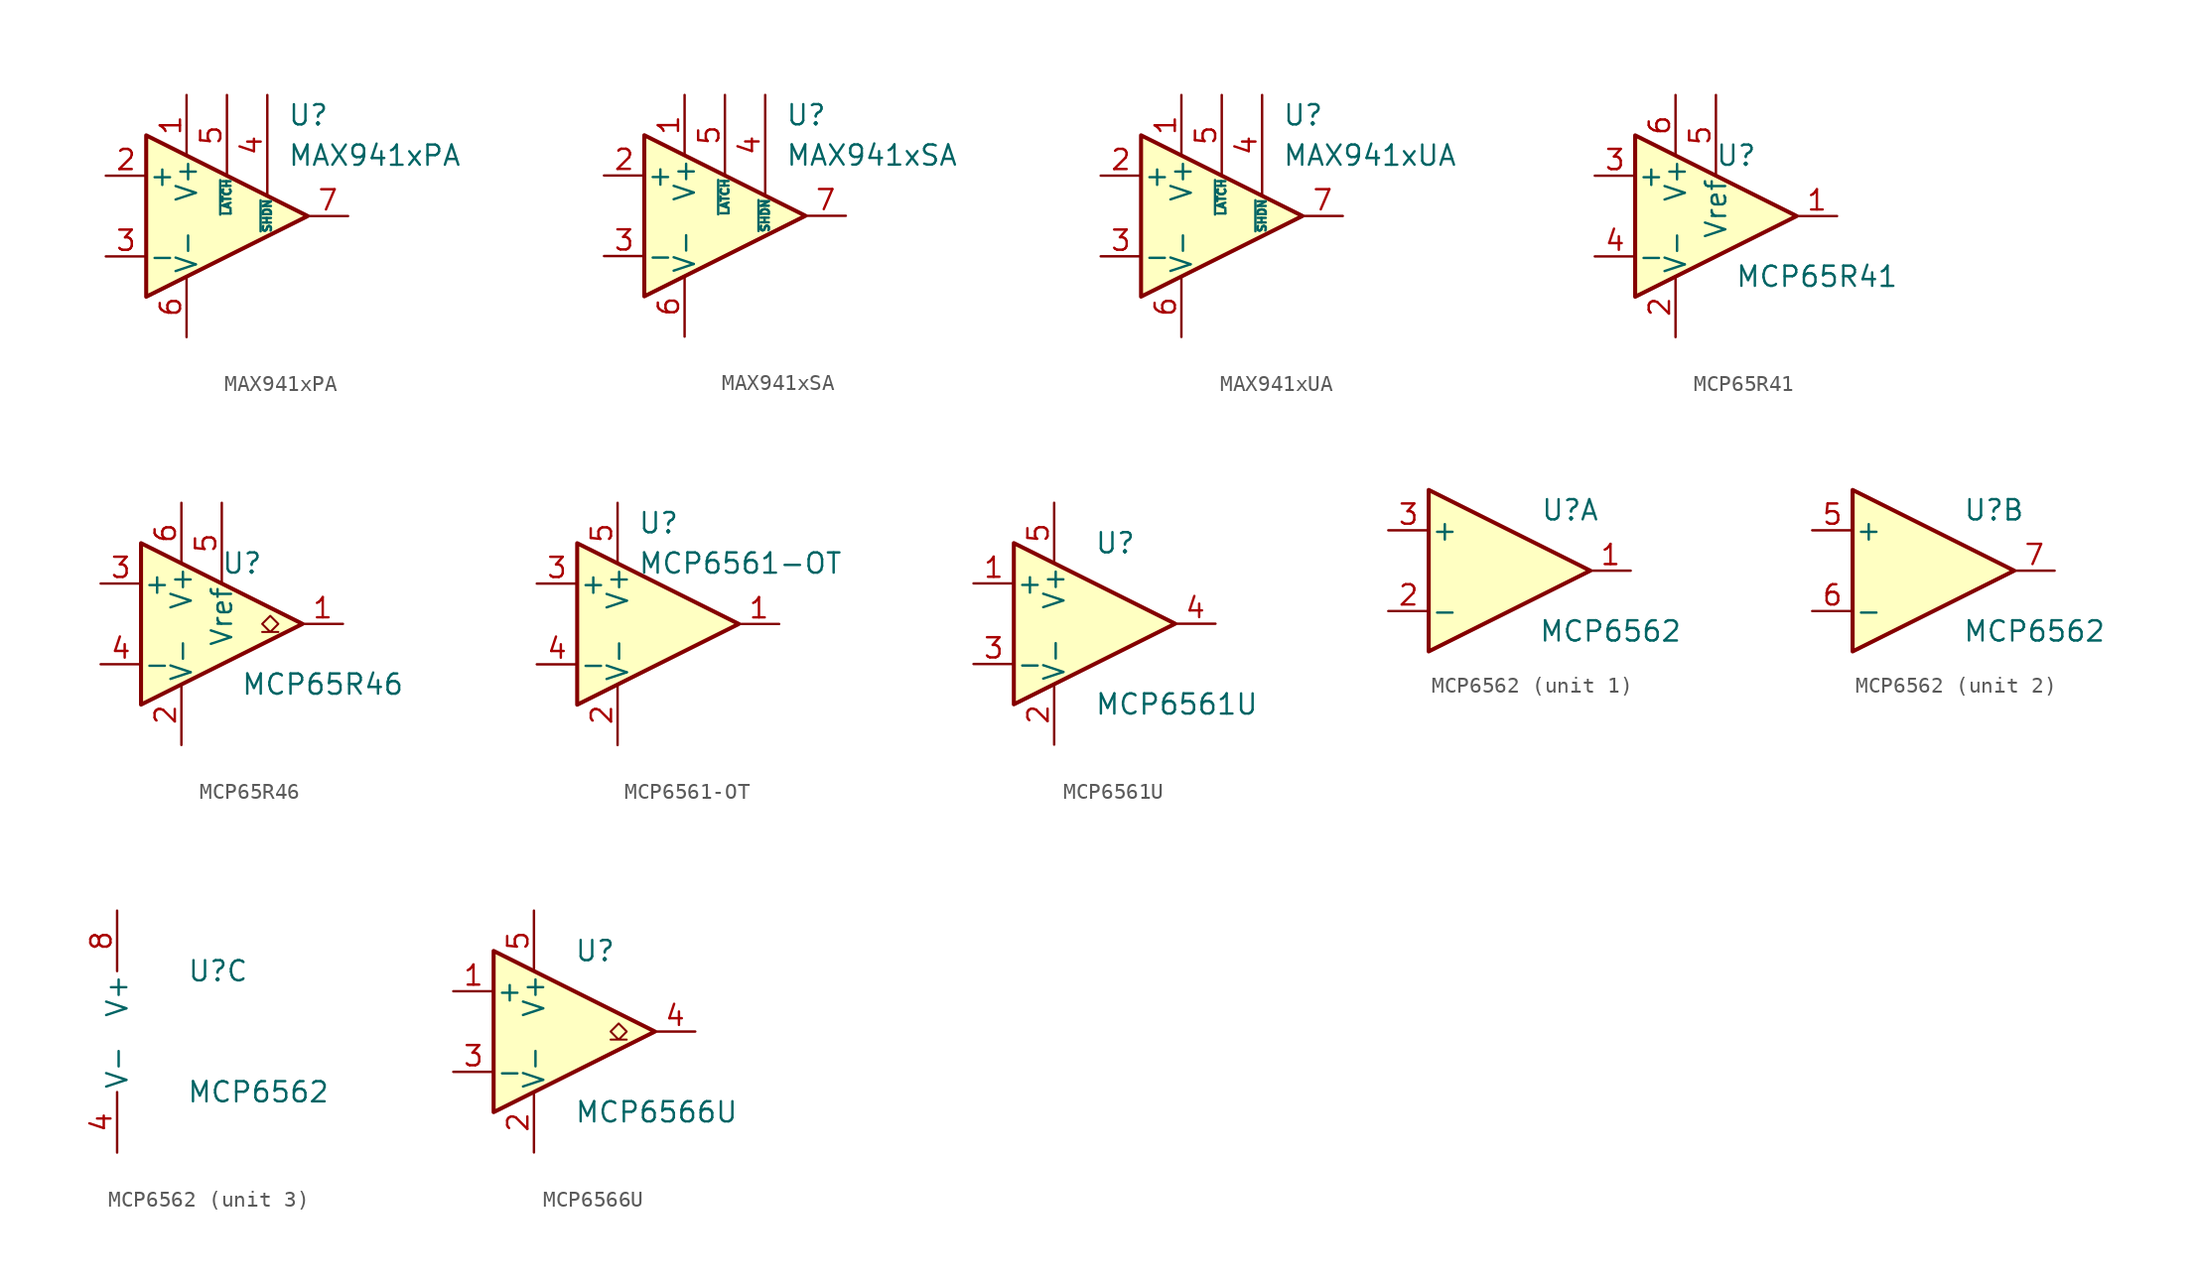
<source format=kicad_sym>
(kicad_symbol_lib
  (version 20241209)
  (generator "kicad_symbol_editor")
  (generator_version "9.0")
  (symbol "MAX941xPA"
    (pin_names
      (offset 0.127))
    (property "Reference" "U"
      (at 3.81 6.35 0)
      (effects (font (size 1.27 1.27)) (justify left)))
    (property "Value" "MAX941xPA"
      (at 3.81 3.81 0)
      (effects (font (size 1.27 1.27)) (justify left)))
    (symbol "MAX941xPA_0_1"
      (polyline (pts (xy -5.08 5.08) (xy -5.08 -5.08) (xy 5.08 0) (xy -5.08 5.08)) (stroke (width 0.254) (type default)) (fill (type background))))
    (symbol "MAX941xPA_1_1"
      (pin input line (at -7.62 2.54 0) (length 2.54) (name "+" (effects (font (size 1.27 1.27)))) (number "2" (effects (font (size 1.27 1.27)))))
      (pin input line (at -7.62 -2.54 0) (length 2.54) (name "-" (effects (font (size 1.27 1.27)))) (number "3" (effects (font (size 1.27 1.27)))))
      (pin power_in line (at -2.54 7.62 270) (length 3.81) (name "V+" (effects (font (size 1.27 1.27)))) (number "1" (effects (font (size 1.27 1.27)))))
      (pin power_in line (at -2.54 -7.62 90) (length 3.81) (name "V-" (effects (font (size 1.27 1.27)))) (number "6" (effects (font (size 1.27 1.27)))))
      (pin input line (at 0 7.62 270) (length 5.08) (name "~{LATCH}" (effects (font (size 0.508 0.508)))) (number "5" (effects (font (size 1.27 1.27)))))
      (pin no_connect line (at 0 -2.54 90) (length 2.54) (hide yes) (name "NC" (effects (font (size 0.508 0.508)))) (number "8" (effects (font (size 1.27 1.27)))))
      (pin input line (at 2.54 7.62 270) (length 6.35) (name "~{SHDN}" (effects (font (size 0.508 0.508)))) (number "4" (effects (font (size 1.27 1.27)))))
      (pin output line (at 7.62 0 180) (length 2.54) (name "~" (effects (font (size 1.27 1.27)))) (number "7" (effects (font (size 1.27 1.27)))))))
  (symbol "MAX941xSA"
    (pin_names
      (offset 0.127))
    (property "Reference" "U"
      (at 3.81 6.35 0)
      (effects (font (size 1.27 1.27)) (justify left)))
    (property "Value" "MAX941xSA"
      (at 3.81 3.81 0)
      (effects (font (size 1.27 1.27)) (justify left)))
    (symbol "MAX941xSA_0_1"
      (polyline (pts (xy -5.08 5.08) (xy -5.08 -5.08) (xy 5.08 0) (xy -5.08 5.08)) (stroke (width 0.254) (type default)) (fill (type background))))
    (symbol "MAX941xSA_1_1"
      (pin input line (at -7.62 2.54 0) (length 2.54) (name "+" (effects (font (size 1.27 1.27)))) (number "2" (effects (font (size 1.27 1.27)))))
      (pin input line (at -7.62 -2.54 0) (length 2.54) (name "-" (effects (font (size 1.27 1.27)))) (number "3" (effects (font (size 1.27 1.27)))))
      (pin power_in line (at -2.54 7.62 270) (length 3.81) (name "V+" (effects (font (size 1.27 1.27)))) (number "1" (effects (font (size 1.27 1.27)))))
      (pin power_in line (at -2.54 -7.62 90) (length 3.81) (name "V-" (effects (font (size 1.27 1.27)))) (number "6" (effects (font (size 1.27 1.27)))))
      (pin input line (at 0 7.62 270) (length 5.08) (name "~{LATCH}" (effects (font (size 0.508 0.508)))) (number "5" (effects (font (size 1.27 1.27)))))
      (pin no_connect line (at 0 -2.54 90) (length 2.54) (hide yes) (name "NC" (effects (font (size 0.508 0.508)))) (number "8" (effects (font (size 1.27 1.27)))))
      (pin input line (at 2.54 7.62 270) (length 6.35) (name "~{SHDN}" (effects (font (size 0.508 0.508)))) (number "4" (effects (font (size 1.27 1.27)))))
      (pin output line (at 7.62 0 180) (length 2.54) (name "~" (effects (font (size 1.27 1.27)))) (number "7" (effects (font (size 1.27 1.27)))))))
  (symbol "MAX941xUA"
    (pin_names
      (offset 0.127))
    (property "Reference" "U"
      (at 3.81 6.35 0)
      (effects (font (size 1.27 1.27)) (justify left)))
    (property "Value" "MAX941xUA"
      (at 3.81 3.81 0)
      (effects (font (size 1.27 1.27)) (justify left)))
    (symbol "MAX941xUA_0_1"
      (polyline (pts (xy -5.08 5.08) (xy -5.08 -5.08) (xy 5.08 0) (xy -5.08 5.08)) (stroke (width 0.254) (type default)) (fill (type background))))
    (symbol "MAX941xUA_1_1"
      (pin input line (at -7.62 2.54 0) (length 2.54) (name "+" (effects (font (size 1.27 1.27)))) (number "2" (effects (font (size 1.27 1.27)))))
      (pin input line (at -7.62 -2.54 0) (length 2.54) (name "-" (effects (font (size 1.27 1.27)))) (number "3" (effects (font (size 1.27 1.27)))))
      (pin power_in line (at -2.54 7.62 270) (length 3.81) (name "V+" (effects (font (size 1.27 1.27)))) (number "1" (effects (font (size 1.27 1.27)))))
      (pin power_in line (at -2.54 -7.62 90) (length 3.81) (name "V-" (effects (font (size 1.27 1.27)))) (number "6" (effects (font (size 1.27 1.27)))))
      (pin input line (at 0 7.62 270) (length 5.08) (name "~{LATCH}" (effects (font (size 0.508 0.508)))) (number "5" (effects (font (size 1.27 1.27)))))
      (pin no_connect line (at 0 -2.54 90) (length 2.54) (hide yes) (name "NC" (effects (font (size 0.508 0.508)))) (number "8" (effects (font (size 1.27 1.27)))))
      (pin input line (at 2.54 7.62 270) (length 6.35) (name "~{SHDN}" (effects (font (size 0.508 0.508)))) (number "4" (effects (font (size 1.27 1.27)))))
      (pin output line (at 7.62 0 180) (length 2.54) (name "~" (effects (font (size 1.27 1.27)))) (number "7" (effects (font (size 1.27 1.27)))))))
  (symbol "MCP65R41"
    (pin_names
      (offset 0.127))
    (property "Reference" "U"
      (at 1.27 3.81 0)
      (effects (font (size 1.27 1.27))))
    (property "Value" "MCP65R41"
      (at 6.35 -3.81 0)
      (effects (font (size 1.27 1.27))))
    (symbol "MCP65R41_0_1"
      (polyline (pts (xy -5.08 5.08) (xy -5.08 -5.08) (xy 5.08 0) (xy -5.08 5.08)) (stroke (width 0.254) (type default)) (fill (type background))))
    (symbol "MCP65R41_1_1"
      (pin input line (at -7.62 2.54 0) (length 2.54) (name "+" (effects (font (size 1.27 1.27)))) (number "3" (effects (font (size 1.27 1.27)))))
      (pin input line (at -7.62 -2.54 0) (length 2.54) (name "-" (effects (font (size 1.27 1.27)))) (number "4" (effects (font (size 1.27 1.27)))))
      (pin power_in line (at -2.54 7.62 270) (length 3.81) (name "V+" (effects (font (size 1.27 1.27)))) (number "6" (effects (font (size 1.27 1.27)))))
      (pin power_in line (at -2.54 -7.62 90) (length 3.81) (name "V-" (effects (font (size 1.27 1.27)))) (number "2" (effects (font (size 1.27 1.27)))))
      (pin power_out line (at 0 7.62 270) (length 5.08) (name "Vref" (effects (font (size 1.27 1.27)))) (number "5" (effects (font (size 1.27 1.27)))))
      (pin output line (at 7.62 0 180) (length 2.54) (name "~" (effects (font (size 1.27 1.27)))) (number "1" (effects (font (size 1.27 1.27)))))))
  (symbol "MCP65R46"
    (pin_names
      (offset 0.127))
    (property "Reference" "U"
      (at 1.27 3.81 0)
      (effects (font (size 1.27 1.27))))
    (property "Value" "MCP65R46"
      (at 6.35 -3.81 0)
      (effects (font (size 1.27 1.27))))
    (symbol "MCP65R46_0_1"
      (polyline (pts (xy 3.556 -0.508) (xy 3.048 -0.508) (xy 3.556 0) (xy 3.048 0.508) (xy 2.54 0) (xy 3.048 -0.508) (xy 2.54 -0.508)) (stroke (width 0.127) (type default)) (fill (type none))))
    (symbol "MCP65R46_1_1"
      (polyline (pts (xy -5.08 5.08) (xy -5.08 -5.08) (xy 5.08 0) (xy -5.08 5.08)) (stroke (width 0.254) (type default)) (fill (type background)))
      (pin input line (at -7.62 2.54 0) (length 2.54) (name "+" (effects (font (size 1.27 1.27)))) (number "3" (effects (font (size 1.27 1.27)))))
      (pin input line (at -7.62 -2.54 0) (length 2.54) (name "-" (effects (font (size 1.27 1.27)))) (number "4" (effects (font (size 1.27 1.27)))))
      (pin power_in line (at -2.54 7.62 270) (length 3.81) (name "V+" (effects (font (size 1.27 1.27)))) (number "6" (effects (font (size 1.27 1.27)))))
      (pin power_in line (at -2.54 -7.62 90) (length 3.81) (name "V-" (effects (font (size 1.27 1.27)))) (number "2" (effects (font (size 1.27 1.27)))))
      (pin power_out line (at 0 7.62 270) (length 5.08) (name "Vref" (effects (font (size 1.27 1.27)))) (number "5" (effects (font (size 1.27 1.27)))))
      (pin open_collector line (at 7.62 0 180) (length 2.54) (name "~" (effects (font (size 1.27 1.27)))) (number "1" (effects (font (size 1.27 1.27)))))))
  (symbol "MCP6561-OT"
    (pin_names
      (offset 0.127))
    (property "Reference" "U"
      (at -1.27 6.35 0)
      (effects (font (size 1.27 1.27)) (justify left)))
    (property "Value" "MCP6561-OT"
      (at -1.27 3.81 0)
      (effects (font (size 1.27 1.27)) (justify left)))
    (symbol "MCP6561-OT_0_1"
      (polyline (pts (xy -5.08 5.08) (xy 5.08 0) (xy -5.08 -5.08) (xy -5.08 5.08)) (stroke (width 0.254) (type default)) (fill (type background)))
      (pin power_in line (at -2.54 7.62 270) (length 3.81) (name "V+" (effects (font (size 1.27 1.27)))) (number "5" (effects (font (size 1.27 1.27)))))
      (pin power_in line (at -2.54 -7.62 90) (length 3.81) (name "V-" (effects (font (size 1.27 1.27)))) (number "2" (effects (font (size 1.27 1.27))))))
    (symbol "MCP6561-OT_1_1"
      (pin input line (at -7.62 2.54 0) (length 2.54) (name "+" (effects (font (size 1.27 1.27)))) (number "3" (effects (font (size 1.27 1.27)))))
      (pin input line (at -7.62 -2.54 0) (length 2.54) (name "-" (effects (font (size 1.27 1.27)))) (number "4" (effects (font (size 1.27 1.27)))))
      (pin output line (at 7.62 0 180) (length 2.54) (name "~" (effects (font (size 1.27 1.27)))) (number "1" (effects (font (size 1.27 1.27)))))))
  (symbol "MCP6561U"
    (pin_names
      (offset 0.127))
    (property "Reference" "U"
      (at 0 5.08 0)
      (effects (font (size 1.27 1.27)) (justify left)))
    (property "Value" "MCP6561U"
      (at 0 -5.08 0)
      (effects (font (size 1.27 1.27)) (justify left)))
    (symbol "MCP6561U_0_1"
      (polyline (pts (xy -5.08 5.08) (xy 5.08 0) (xy -5.08 -5.08) (xy -5.08 5.08)) (stroke (width 0.254) (type default)) (fill (type background)))
      (pin power_in line (at -2.54 7.62 270) (length 3.81) (name "V+" (effects (font (size 1.27 1.27)))) (number "5" (effects (font (size 1.27 1.27)))))
      (pin power_in line (at -2.54 -7.62 90) (length 3.81) (name "V-" (effects (font (size 1.27 1.27)))) (number "2" (effects (font (size 1.27 1.27))))))
    (symbol "MCP6561U_1_1"
      (pin input line (at -7.62 2.54 0) (length 2.54) (name "+" (effects (font (size 1.27 1.27)))) (number "1" (effects (font (size 1.27 1.27)))))
      (pin input line (at -7.62 -2.54 0) (length 2.54) (name "-" (effects (font (size 1.27 1.27)))) (number "3" (effects (font (size 1.27 1.27)))))
      (pin output line (at 7.62 0 180) (length 2.54) (name "~" (effects (font (size 1.27 1.27)))) (number "4" (effects (font (size 1.27 1.27)))))))
  (symbol "MCP6562"
    (pin_names
      (offset 0.127))
    (property "Reference" "U"
      (at 3.81 3.81 0)
      (effects (font (size 1.27 1.27))))
    (property "Value" "MCP6562"
      (at 6.35 -3.81 0)
      (effects (font (size 1.27 1.27))))
    (property "ki_locked" ""
      (at 0 0 0)
      (effects (font (size 1.27 1.27))))
    (symbol "MCP6562_1_1"
      (polyline (pts (xy -5.08 5.08) (xy 5.08 0) (xy -5.08 -5.08) (xy -5.08 5.08)) (stroke (width 0.254) (type default)) (fill (type background)))
      (pin input line (at -7.62 2.54 0) (length 2.54) (name "+" (effects (font (size 1.27 1.27)))) (number "3" (effects (font (size 1.27 1.27)))))
      (pin input line (at -7.62 -2.54 0) (length 2.54) (name "-" (effects (font (size 1.27 1.27)))) (number "2" (effects (font (size 1.27 1.27)))))
      (pin output line (at 7.62 0 180) (length 2.54) (name "~" (effects (font (size 1.27 1.27)))) (number "1" (effects (font (size 1.27 1.27))))))
    (symbol "MCP6562_2_1"
      (polyline (pts (xy -5.08 5.08) (xy 5.08 0) (xy -5.08 -5.08) (xy -5.08 5.08)) (stroke (width 0.254) (type default)) (fill (type background)))
      (pin input line (at -7.62 2.54 0) (length 2.54) (name "+" (effects (font (size 1.27 1.27)))) (number "5" (effects (font (size 1.27 1.27)))))
      (pin input line (at -7.62 -2.54 0) (length 2.54) (name "-" (effects (font (size 1.27 1.27)))) (number "6" (effects (font (size 1.27 1.27)))))
      (pin output line (at 7.62 0 180) (length 2.54) (name "~" (effects (font (size 1.27 1.27)))) (number "7" (effects (font (size 1.27 1.27))))))
    (symbol "MCP6562_3_1"
      (pin power_in line (at -2.54 7.62 270) (length 3.81) (name "V+" (effects (font (size 1.27 1.27)))) (number "8" (effects (font (size 1.27 1.27)))))
      (pin power_in line (at -2.54 -7.62 90) (length 3.81) (name "V-" (effects (font (size 1.27 1.27)))) (number "4" (effects (font (size 1.27 1.27)))))))
  (symbol "MCP6566U"
    (pin_names
      (offset 0.127))
    (property "Reference" "U"
      (at 0 5.08 0)
      (effects (font (size 1.27 1.27)) (justify left)))
    (property "Value" "MCP6566U"
      (at 0 -5.08 0)
      (effects (font (size 1.27 1.27)) (justify left)))
    (symbol "MCP6566U_0_1"
      (polyline (pts (xy -5.08 5.08) (xy 5.08 0) (xy -5.08 -5.08) (xy -5.08 5.08)) (stroke (width 0.254) (type default)) (fill (type background)))
      (polyline (pts (xy 3.302 -0.508) (xy 2.794 -0.508) (xy 3.302 0) (xy 2.794 0.508) (xy 2.286 0) (xy 2.794 -0.508) (xy 2.286 -0.508)) (stroke (width 0.127) (type default)) (fill (type none)))
      (pin power_in line (at -2.54 7.62 270) (length 3.81) (name "V+" (effects (font (size 1.27 1.27)))) (number "5" (effects (font (size 1.27 1.27)))))
      (pin power_in line (at -2.54 -7.62 90) (length 3.81) (name "V-" (effects (font (size 1.27 1.27)))) (number "2" (effects (font (size 1.27 1.27))))))
    (symbol "MCP6566U_1_1"
      (pin input line (at -7.62 2.54 0) (length 2.54) (name "+" (effects (font (size 1.27 1.27)))) (number "1" (effects (font (size 1.27 1.27)))))
      (pin input line (at -7.62 -2.54 0) (length 2.54) (name "-" (effects (font (size 1.27 1.27)))) (number "3" (effects (font (size 1.27 1.27)))))
      (pin open_collector line (at 7.62 0 180) (length 2.54) (name "~" (effects (font (size 1.27 1.27)))) (number "4" (effects (font (size 1.27 1.27))))))))
</source>
